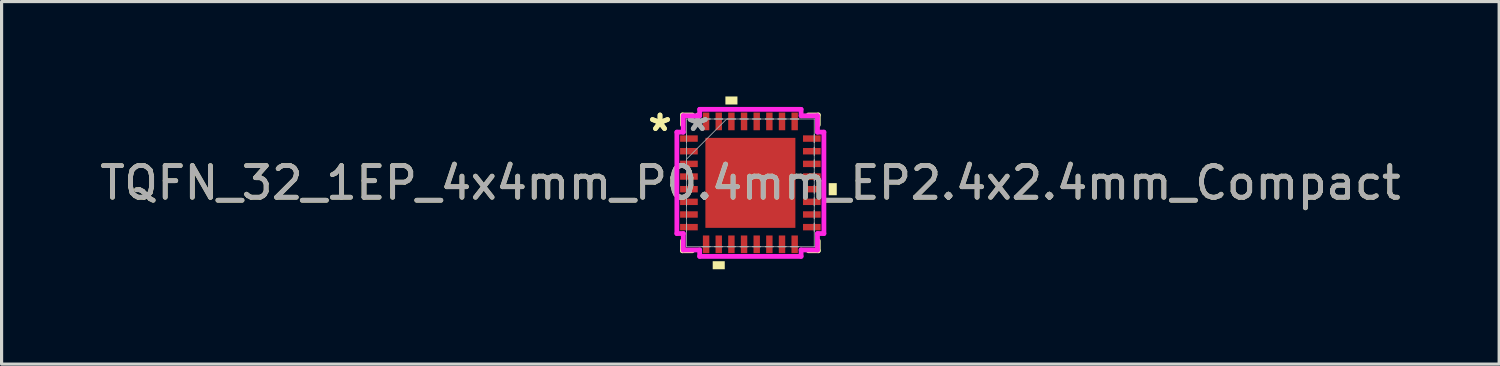
<source format=kicad_pcb>
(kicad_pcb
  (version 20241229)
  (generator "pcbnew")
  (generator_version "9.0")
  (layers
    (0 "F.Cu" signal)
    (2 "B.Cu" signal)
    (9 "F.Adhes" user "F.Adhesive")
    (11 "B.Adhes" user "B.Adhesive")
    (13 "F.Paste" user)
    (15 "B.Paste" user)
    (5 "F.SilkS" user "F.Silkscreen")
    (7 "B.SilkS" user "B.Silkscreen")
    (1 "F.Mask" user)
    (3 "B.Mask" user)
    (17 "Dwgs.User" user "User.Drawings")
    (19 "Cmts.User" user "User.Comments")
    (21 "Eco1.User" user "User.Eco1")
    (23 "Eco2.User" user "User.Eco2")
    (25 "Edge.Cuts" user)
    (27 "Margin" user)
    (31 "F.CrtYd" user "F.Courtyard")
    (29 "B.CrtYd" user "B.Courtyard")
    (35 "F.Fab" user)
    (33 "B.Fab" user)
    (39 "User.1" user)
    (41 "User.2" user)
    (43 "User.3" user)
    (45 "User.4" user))
  (footprint "TQFN_32_1EP_4x4mm_P0.4mm_EP2.4x2.4mm_Compact"
    (layer "F.Cu")
    (at 20.673 2.731)
    (property "Reference" "TQFN_32_1EP_4x4mm_P0.4mm_EP2.4x2.4mm_Compact" (at 0 0 0) (unlocked yes) (layer "F.SilkS") (effects (font (size 1 1) (thickness 0.15))))
    (attr smd)
    (fp_line (start -2.146 -2.146) (end -2.146 -1.834) (stroke (width 0.152) (type solid)) (layer "F.SilkS"))
    (fp_line (start -2.146 1.834) (end -2.146 2.146) (stroke (width 0.152) (type solid)) (layer "F.SilkS"))
    (fp_line (start -2.146 2.146) (end -1.834 2.146) (stroke (width 0.152) (type solid)) (layer "F.SilkS"))
    (fp_line (start -1.834 -2.146) (end -2.146 -2.146) (stroke (width 0.152) (type solid)) (layer "F.SilkS"))
    (fp_line (start 1.834 2.146) (end 2.146 2.146) (stroke (width 0.152) (type solid)) (layer "F.SilkS"))
    (fp_line (start 2.146 -2.146) (end 1.834 -2.146) (stroke (width 0.152) (type solid)) (layer "F.SilkS"))
    (fp_line (start 2.146 -1.834) (end 2.146 -2.146) (stroke (width 0.152) (type solid)) (layer "F.SilkS"))
    (fp_line (start 2.146 2.146) (end 2.146 1.834) (stroke (width 0.152) (type solid)) (layer "F.SilkS"))
    (fp_poly (pts (xy -1.191 2.477) (xy -1.191 2.731) (xy -0.81 2.731) (xy -0.81 2.477)) (stroke (width 0) (type solid)) (fill yes) (layer "F.SilkS"))
    (fp_poly (pts (xy -0.79 -2.477) (xy -0.79 -2.731) (xy -0.409 -2.731) (xy -0.409 -2.477)) (stroke (width 0) (type solid)) (fill yes) (layer "F.SilkS"))
    (fp_poly (pts (xy 2.731 0.009) (xy 2.731 0.391) (xy 2.477 0.391) (xy 2.477 0.009)) (stroke (width 0) (type solid)) (fill yes) (layer "F.SilkS"))
    (fp_poly (pts (xy -1.322 -1.322) (xy -1.322 -0.1) (xy -0.1 -0.1) (xy -0.1 -1.322)) (stroke (width 0) (type solid)) (fill yes) (layer "F.Paste"))
    (fp_poly (pts (xy -1.322 0.1) (xy -1.322 1.322) (xy -0.1 1.322) (xy -0.1 0.1)) (stroke (width 0) (type solid)) (fill yes) (layer "F.Paste"))
    (fp_poly (pts (xy 0.1 -1.322) (xy 0.1 -0.1) (xy 1.322 -0.1) (xy 1.322 -1.322)) (stroke (width 0) (type solid)) (fill yes) (layer "F.Paste"))
    (fp_poly (pts (xy 0.1 0.1) (xy 0.1 1.322) (xy 1.322 1.322) (xy 1.322 0.1)) (stroke (width 0) (type solid)) (fill yes) (layer "F.Paste"))
    (fp_line (start -2.324 -1.603) (end -2.121 -1.603) (stroke (width 0.152) (type solid)) (layer "F.CrtYd"))
    (fp_line (start -2.324 1.603) (end -2.324 -1.603) (stroke (width 0.152) (type solid)) (layer "F.CrtYd"))
    (fp_line (start -2.121 -2.121) (end -1.603 -2.121) (stroke (width 0.152) (type solid)) (layer "F.CrtYd"))
    (fp_line (start -2.121 -1.603) (end -2.121 -2.121) (stroke (width 0.152) (type solid)) (layer "F.CrtYd"))
    (fp_line (start -2.121 1.603) (end -2.324 1.603) (stroke (width 0.152) (type solid)) (layer "F.CrtYd"))
    (fp_line (start -2.121 2.121) (end -2.121 1.603) (stroke (width 0.152) (type solid)) (layer "F.CrtYd"))
    (fp_line (start -1.603 -2.324) (end 1.603 -2.324) (stroke (width 0.152) (type solid)) (layer "F.CrtYd"))
    (fp_line (start -1.603 -2.121) (end -1.603 -2.324) (stroke (width 0.152) (type solid)) (layer "F.CrtYd"))
    (fp_line (start -1.603 2.121) (end -2.121 2.121) (stroke (width 0.152) (type solid)) (layer "F.CrtYd"))
    (fp_line (start -1.603 2.324) (end -1.603 2.121) (stroke (width 0.152) (type solid)) (layer "F.CrtYd"))
    (fp_line (start 1.603 -2.324) (end 1.603 -2.121) (stroke (width 0.152) (type solid)) (layer "F.CrtYd"))
    (fp_line (start 1.603 -2.121) (end 2.121 -2.121) (stroke (width 0.152) (type solid)) (layer "F.CrtYd"))
    (fp_line (start 1.603 2.121) (end 1.603 2.324) (stroke (width 0.152) (type solid)) (layer "F.CrtYd"))
    (fp_line (start 1.603 2.324) (end -1.603 2.324) (stroke (width 0.152) (type solid)) (layer "F.CrtYd"))
    (fp_line (start 2.121 -2.121) (end 2.121 -1.603) (stroke (width 0.152) (type solid)) (layer "F.CrtYd"))
    (fp_line (start 2.121 -1.603) (end 2.324 -1.603) (stroke (width 0.152) (type solid)) (layer "F.CrtYd"))
    (fp_line (start 2.121 1.603) (end 2.121 2.121) (stroke (width 0.152) (type solid)) (layer "F.CrtYd"))
    (fp_line (start 2.121 2.121) (end 1.603 2.121) (stroke (width 0.152) (type solid)) (layer "F.CrtYd"))
    (fp_line (start 2.324 -1.603) (end 2.324 1.603) (stroke (width 0.152) (type solid)) (layer "F.CrtYd"))
    (fp_line (start 2.324 1.603) (end 2.121 1.603) (stroke (width 0.152) (type solid)) (layer "F.CrtYd"))
    (fp_line (start -2.019 -2.019) (end -2.019 -2.019) (stroke (width 0.025) (type solid)) (layer "F.Fab"))
    (fp_line (start -2.019 -2.019) (end -2.019 2.019) (stroke (width 0.025) (type solid)) (layer "F.Fab"))
    (fp_line (start -2.019 -1.527) (end -2.019 -1.527) (stroke (width 0.025) (type solid)) (layer "F.Fab"))
    (fp_line (start -2.019 -1.527) (end -2.019 -1.273) (stroke (width 0.025) (type solid)) (layer "F.Fab"))
    (fp_line (start -2.019 -1.273) (end -2.019 -1.527) (stroke (width 0.025) (type solid)) (layer "F.Fab"))
    (fp_line (start -2.019 -1.273) (end -2.019 -1.273) (stroke (width 0.025) (type solid)) (layer "F.Fab"))
    (fp_line (start -2.019 -1.127) (end -2.019 -1.127) (stroke (width 0.025) (type solid)) (layer "F.Fab"))
    (fp_line (start -2.019 -1.127) (end -2.019 -0.873) (stroke (width 0.025) (type solid)) (layer "F.Fab"))
    (fp_line (start -2.019 -0.873) (end -2.019 -1.127) (stroke (width 0.025) (type solid)) (layer "F.Fab"))
    (fp_line (start -2.019 -0.873) (end -2.019 -0.873) (stroke (width 0.025) (type solid)) (layer "F.Fab"))
    (fp_line (start -2.019 -0.749) (end -0.749 -2.019) (stroke (width 0.025) (type solid)) (layer "F.Fab"))
    (fp_line (start -2.019 -0.727) (end -2.019 -0.727) (stroke (width 0.025) (type solid)) (layer "F.Fab"))
    (fp_line (start -2.019 -0.727) (end -2.019 -0.473) (stroke (width 0.025) (type solid)) (layer "F.Fab"))
    (fp_line (start -2.019 -0.473) (end -2.019 -0.727) (stroke (width 0.025) (type solid)) (layer "F.Fab"))
    (fp_line (start -2.019 -0.473) (end -2.019 -0.473) (stroke (width 0.025) (type solid)) (layer "F.Fab"))
    (fp_line (start -2.019 -0.327) (end -2.019 -0.327) (stroke (width 0.025) (type solid)) (layer "F.Fab"))
    (fp_line (start -2.019 -0.327) (end -2.019 -0.073) (stroke (width 0.025) (type solid)) (layer "F.Fab"))
    (fp_line (start -2.019 -0.073) (end -2.019 -0.327) (stroke (width 0.025) (type solid)) (layer "F.Fab"))
    (fp_line (start -2.019 -0.073) (end -2.019 -0.073) (stroke (width 0.025) (type solid)) (layer "F.Fab"))
    (fp_line (start -2.019 0.073) (end -2.019 0.073) (stroke (width 0.025) (type solid)) (layer "F.Fab"))
    (fp_line (start -2.019 0.073) (end -2.019 0.327) (stroke (width 0.025) (type solid)) (layer "F.Fab"))
    (fp_line (start -2.019 0.327) (end -2.019 0.073) (stroke (width 0.025) (type solid)) (layer "F.Fab"))
    (fp_line (start -2.019 0.327) (end -2.019 0.327) (stroke (width 0.025) (type solid)) (layer "F.Fab"))
    (fp_line (start -2.019 0.473) (end -2.019 0.473) (stroke (width 0.025) (type solid)) (layer "F.Fab"))
    (fp_line (start -2.019 0.473) (end -2.019 0.727) (stroke (width 0.025) (type solid)) (layer "F.Fab"))
    (fp_line (start -2.019 0.727) (end -2.019 0.473) (stroke (width 0.025) (type solid)) (layer "F.Fab"))
    (fp_line (start -2.019 0.727) (end -2.019 0.727) (stroke (width 0.025) (type solid)) (layer "F.Fab"))
    (fp_line (start -2.019 0.873) (end -2.019 0.873) (stroke (width 0.025) (type solid)) (layer "F.Fab"))
    (fp_line (start -2.019 0.873) (end -2.019 1.127) (stroke (width 0.025) (type solid)) (layer "F.Fab"))
    (fp_line (start -2.019 1.127) (end -2.019 0.873) (stroke (width 0.025) (type solid)) (layer "F.Fab"))
    (fp_line (start -2.019 1.127) (end -2.019 1.127) (stroke (width 0.025) (type solid)) (layer "F.Fab"))
    (fp_line (start -2.019 1.273) (end -2.019 1.273) (stroke (width 0.025) (type solid)) (layer "F.Fab"))
    (fp_line (start -2.019 1.273) (end -2.019 1.527) (stroke (width 0.025) (type solid)) (layer "F.Fab"))
    (fp_line (start -2.019 1.527) (end -2.019 1.273) (stroke (width 0.025) (type solid)) (layer "F.Fab"))
    (fp_line (start -2.019 1.527) (end -2.019 1.527) (stroke (width 0.025) (type solid)) (layer "F.Fab"))
    (fp_line (start -2.019 2.019) (end -2.019 2.019) (stroke (width 0.025) (type solid)) (layer "F.Fab"))
    (fp_line (start -2.019 2.019) (end 2.019 2.019) (stroke (width 0.025) (type solid)) (layer "F.Fab"))
    (fp_line (start -1.527 -2.019) (end -1.527 -2.019) (stroke (width 0.025) (type solid)) (layer "F.Fab"))
    (fp_line (start -1.527 -2.019) (end -1.273 -2.019) (stroke (width 0.025) (type solid)) (layer "F.Fab"))
    (fp_line (start -1.527 2.019) (end -1.527 2.019) (stroke (width 0.025) (type solid)) (layer "F.Fab"))
    (fp_line (start -1.527 2.019) (end -1.273 2.019) (stroke (width 0.025) (type solid)) (layer "F.Fab"))
    (fp_line (start -1.273 -2.019) (end -1.527 -2.019) (stroke (width 0.025) (type solid)) (layer "F.Fab"))
    (fp_line (start -1.273 -2.019) (end -1.273 -2.019) (stroke (width 0.025) (type solid)) (layer "F.Fab"))
    (fp_line (start -1.273 2.019) (end -1.527 2.019) (stroke (width 0.025) (type solid)) (layer "F.Fab"))
    (fp_line (start -1.273 2.019) (end -1.273 2.019) (stroke (width 0.025) (type solid)) (layer "F.Fab"))
    (fp_line (start -1.127 -2.019) (end -1.127 -2.019) (stroke (width 0.025) (type solid)) (layer "F.Fab"))
    (fp_line (start -1.127 -2.019) (end -0.873 -2.019) (stroke (width 0.025) (type solid)) (layer "F.Fab"))
    (fp_line (start -1.127 2.019) (end -1.127 2.019) (stroke (width 0.025) (type solid)) (layer "F.Fab"))
    (fp_line (start -1.127 2.019) (end -0.873 2.019) (stroke (width 0.025) (type solid)) (layer "F.Fab"))
    (fp_line (start -0.873 -2.019) (end -1.127 -2.019) (stroke (width 0.025) (type solid)) (layer "F.Fab"))
    (fp_line (start -0.873 -2.019) (end -0.873 -2.019) (stroke (width 0.025) (type solid)) (layer "F.Fab"))
    (fp_line (start -0.873 2.019) (end -1.127 2.019) (stroke (width 0.025) (type solid)) (layer "F.Fab"))
    (fp_line (start -0.873 2.019) (end -0.873 2.019) (stroke (width 0.025) (type solid)) (layer "F.Fab"))
    (fp_line (start -0.727 -2.019) (end -0.727 -2.019) (stroke (width 0.025) (type solid)) (layer "F.Fab"))
    (fp_line (start -0.727 -2.019) (end -0.473 -2.019) (stroke (width 0.025) (type solid)) (layer "F.Fab"))
    (fp_line (start -0.727 2.019) (end -0.727 2.019) (stroke (width 0.025) (type solid)) (layer "F.Fab"))
    (fp_line (start -0.727 2.019) (end -0.473 2.019) (stroke (width 0.025) (type solid)) (layer "F.Fab"))
    (fp_line (start -0.473 -2.019) (end -0.727 -2.019) (stroke (width 0.025) (type solid)) (layer "F.Fab"))
    (fp_line (start -0.473 -2.019) (end -0.473 -2.019) (stroke (width 0.025) (type solid)) (layer "F.Fab"))
    (fp_line (start -0.473 2.019) (end -0.727 2.019) (stroke (width 0.025) (type solid)) (layer "F.Fab"))
    (fp_line (start -0.473 2.019) (end -0.473 2.019) (stroke (width 0.025) (type solid)) (layer "F.Fab"))
    (fp_line (start -0.327 -2.019) (end -0.327 -2.019) (stroke (width 0.025) (type solid)) (layer "F.Fab"))
    (fp_line (start -0.327 -2.019) (end -0.073 -2.019) (stroke (width 0.025) (type solid)) (layer "F.Fab"))
    (fp_line (start -0.327 2.019) (end -0.327 2.019) (stroke (width 0.025) (type solid)) (layer "F.Fab"))
    (fp_line (start -0.327 2.019) (end -0.073 2.019) (stroke (width 0.025) (type solid)) (layer "F.Fab"))
    (fp_line (start -0.073 -2.019) (end -0.327 -2.019) (stroke (width 0.025) (type solid)) (layer "F.Fab"))
    (fp_line (start -0.073 -2.019) (end -0.073 -2.019) (stroke (width 0.025) (type solid)) (layer "F.Fab"))
    (fp_line (start -0.073 2.019) (end -0.327 2.019) (stroke (width 0.025) (type solid)) (layer "F.Fab"))
    (fp_line (start -0.073 2.019) (end -0.073 2.019) (stroke (width 0.025) (type solid)) (layer "F.Fab"))
    (fp_line (start 0.073 -2.019) (end 0.073 -2.019) (stroke (width 0.025) (type solid)) (layer "F.Fab"))
    (fp_line (start 0.073 -2.019) (end 0.327 -2.019) (stroke (width 0.025) (type solid)) (layer "F.Fab"))
    (fp_line (start 0.073 2.019) (end 0.073 2.019) (stroke (width 0.025) (type solid)) (layer "F.Fab"))
    (fp_line (start 0.073 2.019) (end 0.327 2.019) (stroke (width 0.025) (type solid)) (layer "F.Fab"))
    (fp_line (start 0.327 -2.019) (end 0.073 -2.019) (stroke (width 0.025) (type solid)) (layer "F.Fab"))
    (fp_line (start 0.327 -2.019) (end 0.327 -2.019) (stroke (width 0.025) (type solid)) (layer "F.Fab"))
    (fp_line (start 0.327 2.019) (end 0.073 2.019) (stroke (width 0.025) (type solid)) (layer "F.Fab"))
    (fp_line (start 0.327 2.019) (end 0.327 2.019) (stroke (width 0.025) (type solid)) (layer "F.Fab"))
    (fp_line (start 0.473 -2.019) (end 0.473 -2.019) (stroke (width 0.025) (type solid)) (layer "F.Fab"))
    (fp_line (start 0.473 -2.019) (end 0.727 -2.019) (stroke (width 0.025) (type solid)) (layer "F.Fab"))
    (fp_line (start 0.473 2.019) (end 0.473 2.019) (stroke (width 0.025) (type solid)) (layer "F.Fab"))
    (fp_line (start 0.473 2.019) (end 0.727 2.019) (stroke (width 0.025) (type solid)) (layer "F.Fab"))
    (fp_line (start 0.727 -2.019) (end 0.473 -2.019) (stroke (width 0.025) (type solid)) (layer "F.Fab"))
    (fp_line (start 0.727 -2.019) (end 0.727 -2.019) (stroke (width 0.025) (type solid)) (layer "F.Fab"))
    (fp_line (start 0.727 2.019) (end 0.473 2.019) (stroke (width 0.025) (type solid)) (layer "F.Fab"))
    (fp_line (start 0.727 2.019) (end 0.727 2.019) (stroke (width 0.025) (type solid)) (layer "F.Fab"))
    (fp_line (start 0.873 -2.019) (end 0.873 -2.019) (stroke (width 0.025) (type solid)) (layer "F.Fab"))
    (fp_line (start 0.873 -2.019) (end 1.127 -2.019) (stroke (width 0.025) (type solid)) (layer "F.Fab"))
    (fp_line (start 0.873 2.019) (end 0.873 2.019) (stroke (width 0.025) (type solid)) (layer "F.Fab"))
    (fp_line (start 0.873 2.019) (end 1.127 2.019) (stroke (width 0.025) (type solid)) (layer "F.Fab"))
    (fp_line (start 1.127 -2.019) (end 0.873 -2.019) (stroke (width 0.025) (type solid)) (layer "F.Fab"))
    (fp_line (start 1.127 -2.019) (end 1.127 -2.019) (stroke (width 0.025) (type solid)) (layer "F.Fab"))
    (fp_line (start 1.127 2.019) (end 0.873 2.019) (stroke (width 0.025) (type solid)) (layer "F.Fab"))
    (fp_line (start 1.127 2.019) (end 1.127 2.019) (stroke (width 0.025) (type solid)) (layer "F.Fab"))
    (fp_line (start 1.273 -2.019) (end 1.273 -2.019) (stroke (width 0.025) (type solid)) (layer "F.Fab"))
    (fp_line (start 1.273 -2.019) (end 1.527 -2.019) (stroke (width 0.025) (type solid)) (layer "F.Fab"))
    (fp_line (start 1.273 2.019) (end 1.273 2.019) (stroke (width 0.025) (type solid)) (layer "F.Fab"))
    (fp_line (start 1.273 2.019) (end 1.527 2.019) (stroke (width 0.025) (type solid)) (layer "F.Fab"))
    (fp_line (start 1.527 -2.019) (end 1.273 -2.019) (stroke (width 0.025) (type solid)) (layer "F.Fab"))
    (fp_line (start 1.527 -2.019) (end 1.527 -2.019) (stroke (width 0.025) (type solid)) (layer "F.Fab"))
    (fp_line (start 1.527 2.019) (end 1.273 2.019) (stroke (width 0.025) (type solid)) (layer "F.Fab"))
    (fp_line (start 1.527 2.019) (end 1.527 2.019) (stroke (width 0.025) (type solid)) (layer "F.Fab"))
    (fp_line (start 2.019 -2.019) (end -2.019 -2.019) (stroke (width 0.025) (type solid)) (layer "F.Fab"))
    (fp_line (start 2.019 -2.019) (end 2.019 -2.019) (stroke (width 0.025) (type solid)) (layer "F.Fab"))
    (fp_line (start 2.019 -1.527) (end 2.019 -1.527) (stroke (width 0.025) (type solid)) (layer "F.Fab"))
    (fp_line (start 2.019 -1.527) (end 2.019 -1.273) (stroke (width 0.025) (type solid)) (layer "F.Fab"))
    (fp_line (start 2.019 -1.273) (end 2.019 -1.527) (stroke (width 0.025) (type solid)) (layer "F.Fab"))
    (fp_line (start 2.019 -1.273) (end 2.019 -1.273) (stroke (width 0.025) (type solid)) (layer "F.Fab"))
    (fp_line (start 2.019 -1.127) (end 2.019 -1.127) (stroke (width 0.025) (type solid)) (layer "F.Fab"))
    (fp_line (start 2.019 -1.127) (end 2.019 -0.873) (stroke (width 0.025) (type solid)) (layer "F.Fab"))
    (fp_line (start 2.019 -0.873) (end 2.019 -1.127) (stroke (width 0.025) (type solid)) (layer "F.Fab"))
    (fp_line (start 2.019 -0.873) (end 2.019 -0.873) (stroke (width 0.025) (type solid)) (layer "F.Fab"))
    (fp_line (start 2.019 -0.727) (end 2.019 -0.727) (stroke (width 0.025) (type solid)) (layer "F.Fab"))
    (fp_line (start 2.019 -0.727) (end 2.019 -0.473) (stroke (width 0.025) (type solid)) (layer "F.Fab"))
    (fp_line (start 2.019 -0.473) (end 2.019 -0.727) (stroke (width 0.025) (type solid)) (layer "F.Fab"))
    (fp_line (start 2.019 -0.473) (end 2.019 -0.473) (stroke (width 0.025) (type solid)) (layer "F.Fab"))
    (fp_line (start 2.019 -0.327) (end 2.019 -0.327) (stroke (width 0.025) (type solid)) (layer "F.Fab"))
    (fp_line (start 2.019 -0.327) (end 2.019 -0.073) (stroke (width 0.025) (type solid)) (layer "F.Fab"))
    (fp_line (start 2.019 -0.073) (end 2.019 -0.327) (stroke (width 0.025) (type solid)) (layer "F.Fab"))
    (fp_line (start 2.019 -0.073) (end 2.019 -0.073) (stroke (width 0.025) (type solid)) (layer "F.Fab"))
    (fp_line (start 2.019 0.073) (end 2.019 0.073) (stroke (width 0.025) (type solid)) (layer "F.Fab"))
    (fp_line (start 2.019 0.073) (end 2.019 0.327) (stroke (width 0.025) (type solid)) (layer "F.Fab"))
    (fp_line (start 2.019 0.327) (end 2.019 0.073) (stroke (width 0.025) (type solid)) (layer "F.Fab"))
    (fp_line (start 2.019 0.327) (end 2.019 0.327) (stroke (width 0.025) (type solid)) (layer "F.Fab"))
    (fp_line (start 2.019 0.473) (end 2.019 0.473) (stroke (width 0.025) (type solid)) (layer "F.Fab"))
    (fp_line (start 2.019 0.473) (end 2.019 0.727) (stroke (width 0.025) (type solid)) (layer "F.Fab"))
    (fp_line (start 2.019 0.727) (end 2.019 0.473) (stroke (width 0.025) (type solid)) (layer "F.Fab"))
    (fp_line (start 2.019 0.727) (end 2.019 0.727) (stroke (width 0.025) (type solid)) (layer "F.Fab"))
    (fp_line (start 2.019 0.873) (end 2.019 0.873) (stroke (width 0.025) (type solid)) (layer "F.Fab"))
    (fp_line (start 2.019 0.873) (end 2.019 1.127) (stroke (width 0.025) (type solid)) (layer "F.Fab"))
    (fp_line (start 2.019 1.127) (end 2.019 0.873) (stroke (width 0.025) (type solid)) (layer "F.Fab"))
    (fp_line (start 2.019 1.127) (end 2.019 1.127) (stroke (width 0.025) (type solid)) (layer "F.Fab"))
    (fp_line (start 2.019 1.273) (end 2.019 1.273) (stroke (width 0.025) (type solid)) (layer "F.Fab"))
    (fp_line (start 2.019 1.273) (end 2.019 1.527) (stroke (width 0.025) (type solid)) (layer "F.Fab"))
    (fp_line (start 2.019 1.527) (end 2.019 1.273) (stroke (width 0.025) (type solid)) (layer "F.Fab"))
    (fp_line (start 2.019 1.527) (end 2.019 1.527) (stroke (width 0.025) (type solid)) (layer "F.Fab"))
    (fp_line (start 2.019 2.019) (end 2.019 -2.019) (stroke (width 0.025) (type solid)) (layer "F.Fab"))
    (fp_line (start 2.019 2.019) (end 2.019 2.019) (stroke (width 0.025) (type solid)) (layer "F.Fab"))
    (fp_text user "*" (at -2.857 -1.6 0) (unlocked yes) (layer "F.SilkS") (effects (font (size 1 1) (thickness 0.15))))
    (fp_text user "*" (at -2.857 -1.6 0) (layer "F.SilkS") (effects (font (size 1 1) (thickness 0.15))))
    (fp_text user "*" (at -1.664 -1.6 0) (layer "F.Fab") (effects (font (size 1 1) (thickness 0.15))))
    (fp_text user "${REFERENCE}" (at 0 0 0) (unlocked yes) (layer "F.Fab") (effects (font (size 1 1) (thickness 0.15))))
    (fp_text user "*" (at -1.664 -1.6 0) (unlocked yes) (layer "F.Fab") (effects (font (size 1 1) (thickness 0.15))))
    (pad "1" smd rect (at -1.943 -1.4 90) (size 0.203 0.559) (layers "F.Cu" "F.Mask" "F.Paste"))
    (pad "2" smd rect (at -1.943 -1 90) (size 0.203 0.559) (layers "F.Cu" "F.Mask" "F.Paste"))
    (pad "3" smd rect (at -1.943 -0.6 90) (size 0.203 0.559) (layers "F.Cu" "F.Mask" "F.Paste"))
    (pad "4" smd rect (at -1.943 -0.2 90) (size 0.203 0.559) (layers "F.Cu" "F.Mask" "F.Paste"))
    (pad "5" smd rect (at -1.943 0.2 90) (size 0.203 0.559) (layers "F.Cu" "F.Mask" "F.Paste"))
    (pad "6" smd rect (at -1.943 0.6 90) (size 0.203 0.559) (layers "F.Cu" "F.Mask" "F.Paste"))
    (pad "7" smd rect (at -1.943 1 90) (size 0.203 0.559) (layers "F.Cu" "F.Mask" "F.Paste"))
    (pad "8" smd rect (at -1.943 1.4 90) (size 0.203 0.559) (layers "F.Cu" "F.Mask" "F.Paste"))
    (pad "9" smd rect (at -1.4 1.943) (size 0.203 0.559) (layers "F.Cu" "F.Mask" "F.Paste"))
    (pad "10" smd rect (at -1 1.943) (size 0.203 0.559) (layers "F.Cu" "F.Mask" "F.Paste"))
    (pad "11" smd rect (at -0.6 1.943) (size 0.203 0.559) (layers "F.Cu" "F.Mask" "F.Paste"))
    (pad "12" smd rect (at -0.2 1.943) (size 0.203 0.559) (layers "F.Cu" "F.Mask" "F.Paste"))
    (pad "13" smd rect (at 0.2 1.943) (size 0.203 0.559) (layers "F.Cu" "F.Mask" "F.Paste"))
    (pad "14" smd rect (at 0.6 1.943) (size 0.203 0.559) (layers "F.Cu" "F.Mask" "F.Paste"))
    (pad "15" smd rect (at 1 1.943) (size 0.203 0.559) (layers "F.Cu" "F.Mask" "F.Paste"))
    (pad "16" smd rect (at 1.4 1.943) (size 0.203 0.559) (layers "F.Cu" "F.Mask" "F.Paste"))
    (pad "17" smd rect (at 1.943 1.4 90) (size 0.203 0.559) (layers "F.Cu" "F.Mask" "F.Paste"))
    (pad "18" smd rect (at 1.943 1 90) (size 0.203 0.559) (layers "F.Cu" "F.Mask" "F.Paste"))
    (pad "19" smd rect (at 1.943 0.6 90) (size 0.203 0.559) (layers "F.Cu" "F.Mask" "F.Paste"))
    (pad "20" smd rect (at 1.943 0.2 90) (size 0.203 0.559) (layers "F.Cu" "F.Mask" "F.Paste"))
    (pad "21" smd rect (at 1.943 -0.2 90) (size 0.203 0.559) (layers "F.Cu" "F.Mask" "F.Paste"))
    (pad "22" smd rect (at 1.943 -0.6 90) (size 0.203 0.559) (layers "F.Cu" "F.Mask" "F.Paste"))
    (pad "23" smd rect (at 1.943 -1 90) (size 0.203 0.559) (layers "F.Cu" "F.Mask" "F.Paste"))
    (pad "24" smd rect (at 1.943 -1.4 90) (size 0.203 0.559) (layers "F.Cu" "F.Mask" "F.Paste"))
    (pad "25" smd rect (at 1.4 -1.943) (size 0.203 0.559) (layers "F.Cu" "F.Mask" "F.Paste"))
    (pad "26" smd rect (at 1 -1.943) (size 0.203 0.559) (layers "F.Cu" "F.Mask" "F.Paste"))
    (pad "27" smd rect (at 0.6 -1.943) (size 0.203 0.559) (layers "F.Cu" "F.Mask" "F.Paste"))
    (pad "28" smd rect (at 0.2 -1.943) (size 0.203 0.559) (layers "F.Cu" "F.Mask" "F.Paste"))
    (pad "29" smd rect (at -0.2 -1.943) (size 0.203 0.559) (layers "F.Cu" "F.Mask" "F.Paste"))
    (pad "30" smd rect (at -0.6 -1.943) (size 0.203 0.559) (layers "F.Cu" "F.Mask" "F.Paste"))
    (pad "31" smd rect (at -1 -1.943) (size 0.203 0.559) (layers "F.Cu" "F.Mask" "F.Paste"))
    (pad "32" smd rect (at -1.4 -1.943) (size 0.203 0.559) (layers "F.Cu" "F.Mask" "F.Paste"))
    (pad "33" smd rect (at 0 0) (size 2.845 2.845) (layers "F.Cu" "F.Mask" "F.Paste")))
  (gr_rect
    (start -3 -3)
    (end 44.345 8.461)
    (stroke (width 0.1) (type default))
    (fill no)
    (layer "Edge.Cuts")))
</source>
